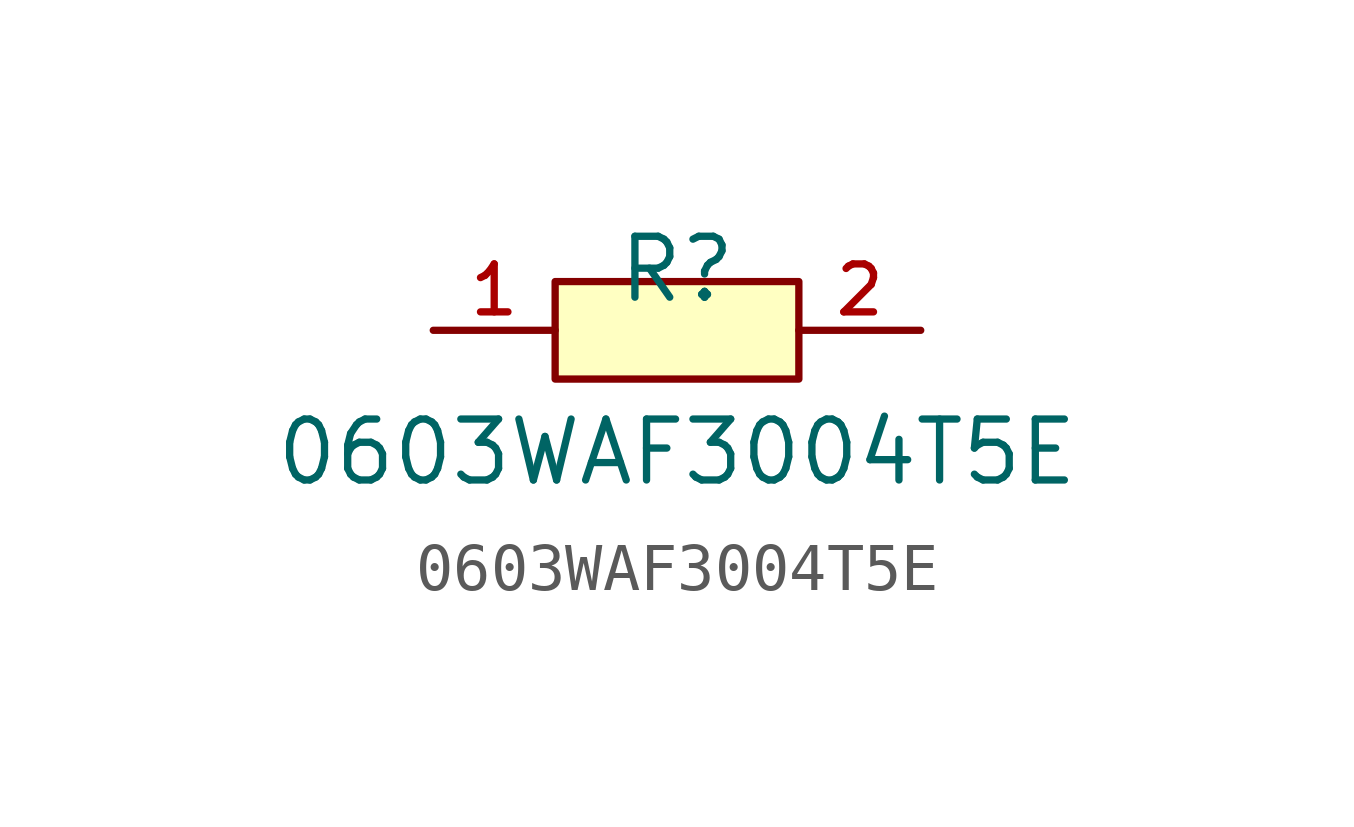
<source format=kicad_sym>
(kicad_symbol_lib
  (version 20210201)
  (generator TousstNicolas/JLC2KiCad_lib)
  (symbol "0603WAF3004T5E"
    (pin_names hide)
    (property "Reference" "R"
      (at 0 1.27 0)
      (effects (font (size 1.27 1.27))))
    (property "Value" "0603WAF3004T5E"
      (at 0 -2.54 0)
      (effects (font (size 1.27 1.27))))
    (symbol "0603WAF3004T5E_0_1"
      (pin input line (at 5.08 -0.0 180) (length 2.54) (name "2" (effects (font (size 1 1)))) (number "2" (effects (font (size 1 1)))))
      (pin input line (at -5.08 -0.0 0) (length 2.54) (name "1" (effects (font (size 1 1)))) (number "1" (effects (font (size 1 1)))))
      (rectangle (start -2.54 1.016) (end 2.54 -1.016) (stroke (width 0) (type default) (color 0 0 0 0)) (fill (type background))))))
</source>
